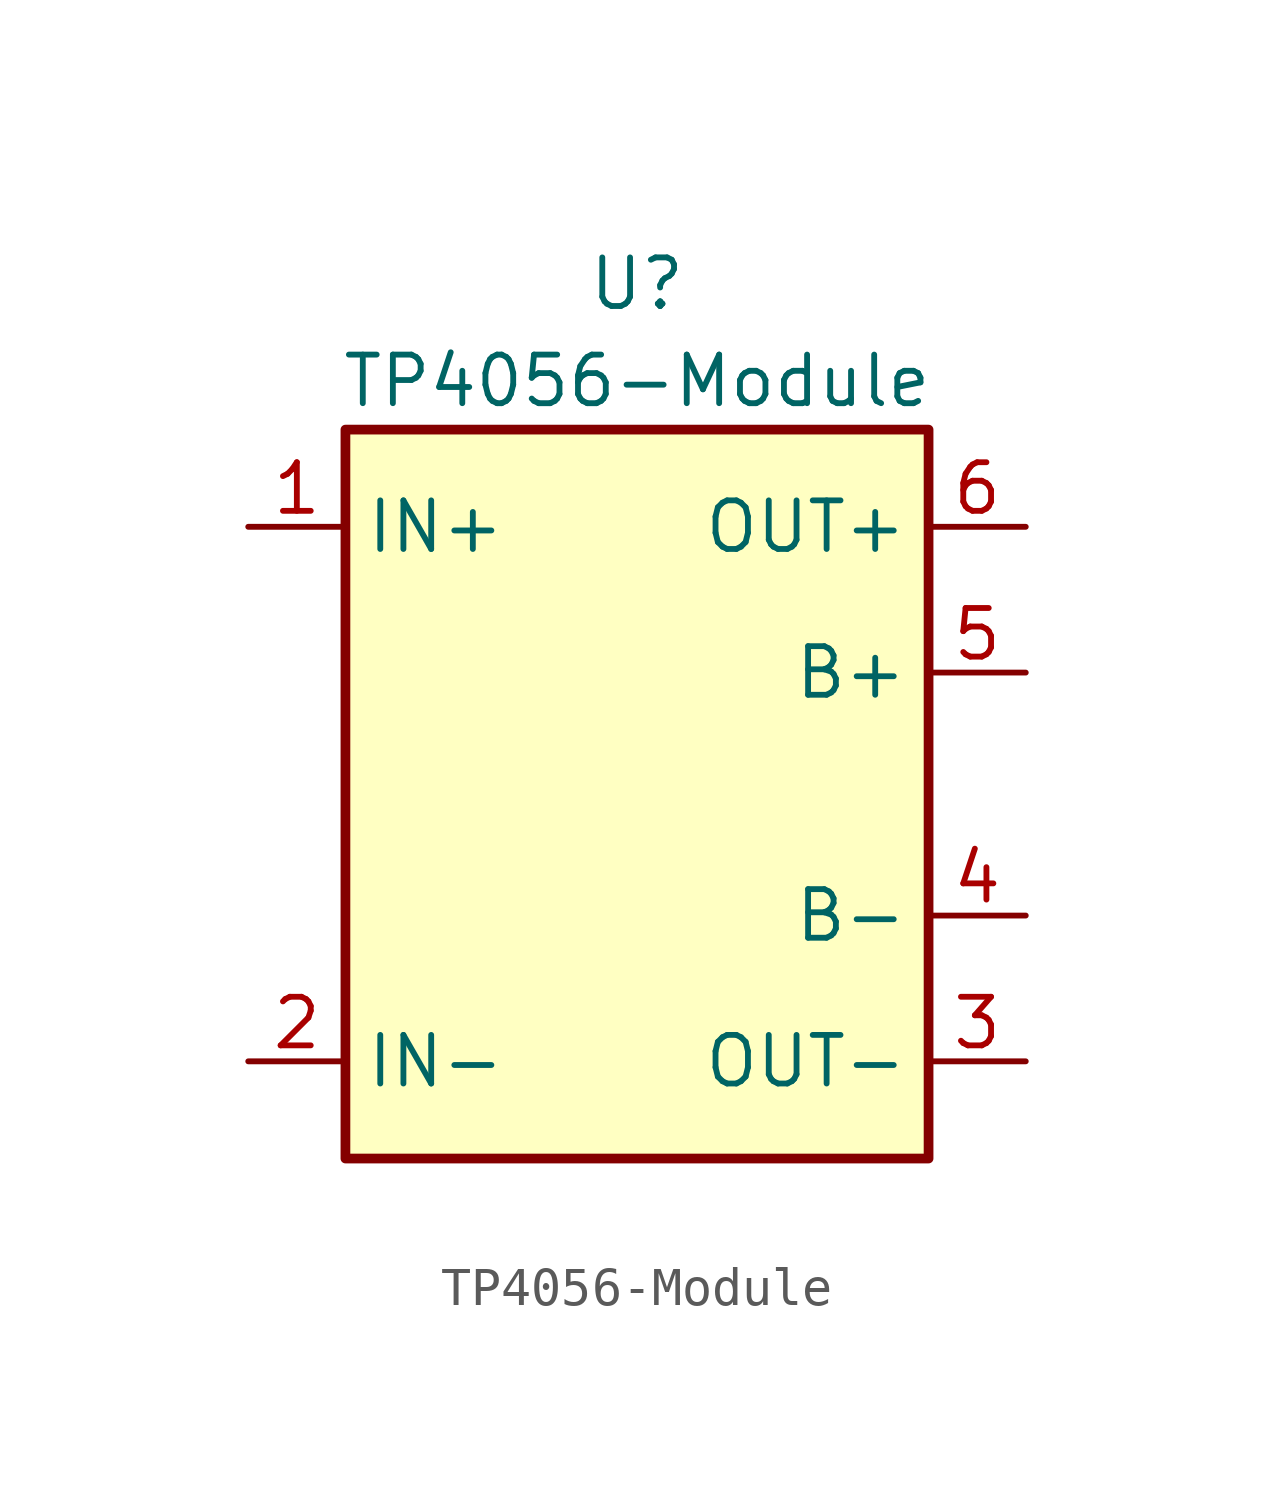
<source format=kicad_sym>
(kicad_symbol_lib
  (version 20211014)
  (generator kicad_symbol_editor)
  (symbol "TP4056-Module"
    (property "Reference" "U"
      (at 0 13.97 0)
      (effects (font (size 1.27 1.27))))
    (property "Value" "TP4056-Module"
      (at 0 11.43 0)
      (effects (font (size 1.27 1.27))))
    (symbol "TP4056-Module_0_1"
      (rectangle (start -7.62 10.16) (end 7.62 -8.89) (stroke (width 0.254) (type default) (color 0 0 0 0)) (fill (type background))))
    (symbol "TP4056-Module_1_1"
      (pin power_in line (at -10.16 7.62 0) (length 2.54) (name "IN+" (effects (font (size 1.27 1.27)))) (number "1" (effects (font (size 1.27 1.27)))))
      (pin power_in line (at -10.16 -6.35 0) (length 2.54) (name "IN-" (effects (font (size 1.27 1.27)))) (number "2" (effects (font (size 1.27 1.27)))))
      (pin power_out line (at 10.16 -6.35 180) (length 2.54) (name "OUT-" (effects (font (size 1.27 1.27)))) (number "3" (effects (font (size 1.27 1.27)))))
      (pin bidirectional line (at 10.16 -2.54 180) (length 2.54) (name "B-" (effects (font (size 1.27 1.27)))) (number "4" (effects (font (size 1.27 1.27)))))
      (pin bidirectional line (at 10.16 3.81 180) (length 2.54) (name "B+" (effects (font (size 1.27 1.27)))) (number "5" (effects (font (size 1.27 1.27)))))
      (pin power_out line (at 10.16 7.62 180) (length 2.54) (name "OUT+" (effects (font (size 1.27 1.27)))) (number "6" (effects (font (size 1.27 1.27))))))))
</source>
